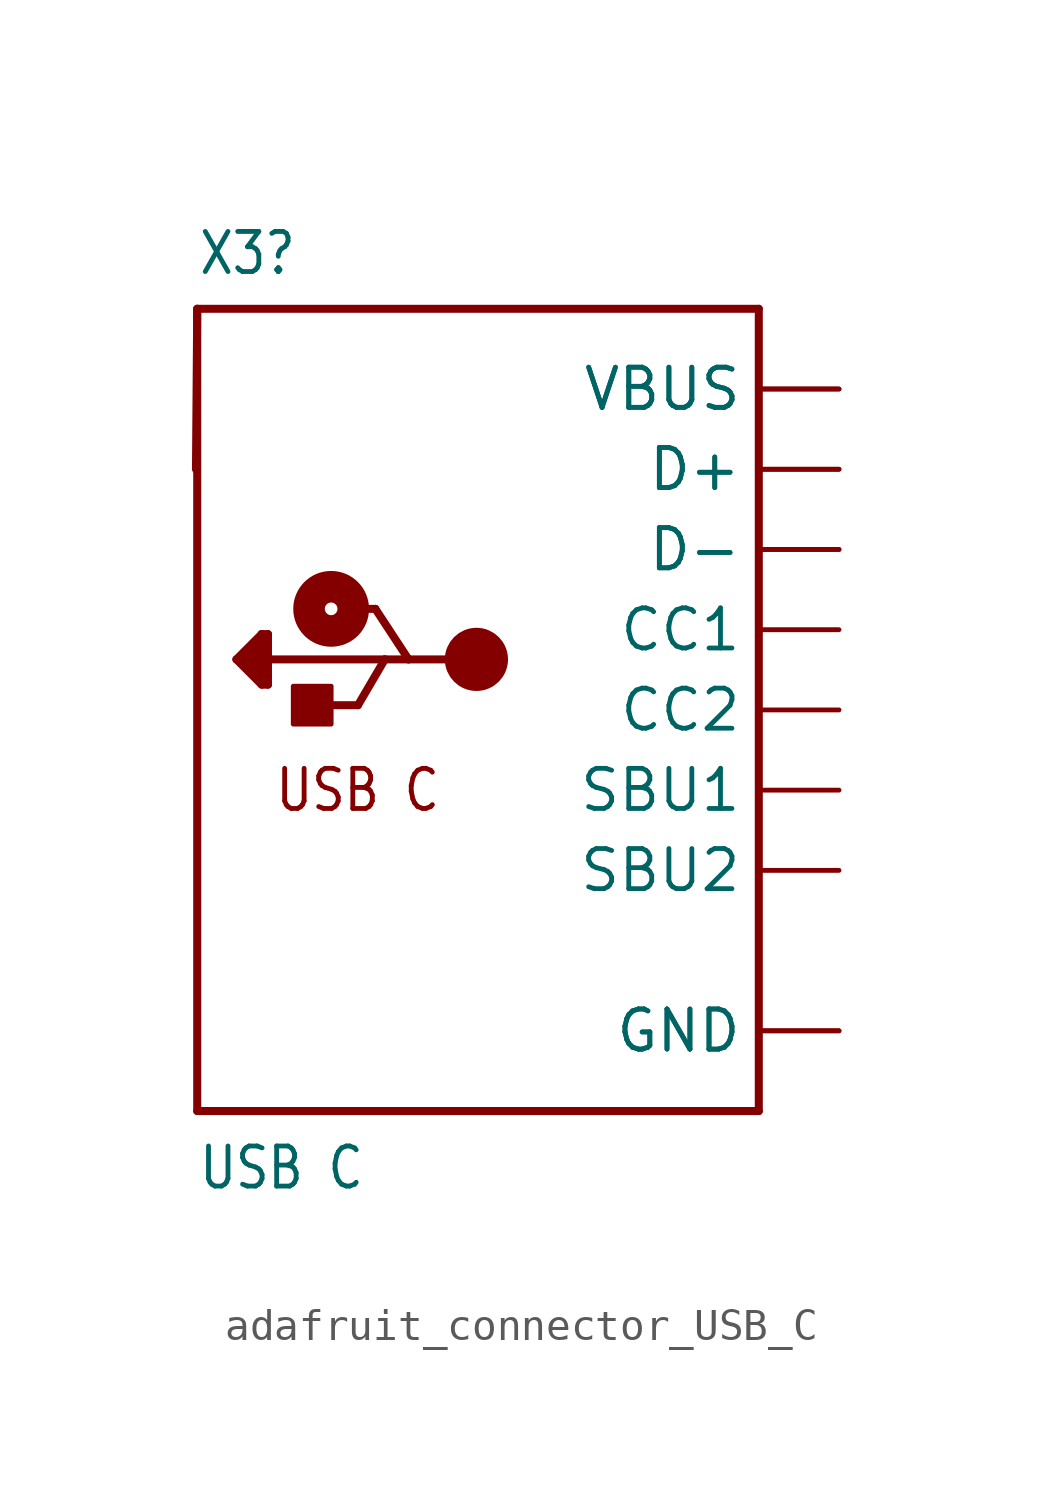
<source format=kicad_sym>
(kicad_symbol_lib
  (version 20231120)
  (generator "kicad_symbol_editor")
  (generator_version "8.0")
  (symbol "adafruit_connector_USB_C"
    (property "Reference" "X3"
      (at -10.16 13.716 0)
      (effects (font (size 1.27 1.079)) (justify left bottom)))
    (property "Value" "USB C"
      (at -10.16 -15.24 0)
      (effects (font (size 1.27 1.079)) (justify left bottom)))
    (property "ki_locked" ""
      (at 0 0 0)
      (effects (font (size 1.27 1.27))))
    (symbol "adafruit_connector_USB_C_1_0"
      (rectangle (start -7.12 -0.45) (end -5.92 0.75) (stroke (width 0) (type default)) (fill (type outline)))
      (circle (center -5.92 3.2) (radius 0.2) (stroke (width 1) (type solid)) (fill (type none)))
      (circle (center -1.32 1.6) (radius 0.5) (stroke (width 1) (type solid)) (fill (type none)))
      (polyline (pts (xy -10.2 7.62) (xy -10.16 12.7)) (stroke (width 0.254) (type solid)) (fill (type none)))
      (polyline (pts (xy -10.16 -12.7) (xy 7.62 -12.7)) (stroke (width 0.254) (type solid)) (fill (type none)))
      (polyline (pts (xy -10.16 12.7) (xy -10.16 -12.7)) (stroke (width 0.254) (type solid)) (fill (type none)))
      (polyline (pts (xy -10.16 12.7) (xy 7.62 12.7)) (stroke (width 0.254) (type solid)) (fill (type none)))
      (polyline (pts (xy -8.92 1.6) (xy -8.12 2.4)) (stroke (width 0.254) (type solid)) (fill (type none)))
      (polyline (pts (xy -8.52 1.4) (xy -8.32 1.2)) (stroke (width 0.254) (type solid)) (fill (type none)))
      (polyline (pts (xy -8.52 1.6) (xy -8.52 1.4)) (stroke (width 0.254) (type solid)) (fill (type none)))
      (polyline (pts (xy -8.32 1.2) (xy -8.32 2)) (stroke (width 0.254) (type solid)) (fill (type none)))
      (polyline (pts (xy -8.32 2) (xy -8.72 1.6)) (stroke (width 0.254) (type solid)) (fill (type none)))
      (polyline (pts (xy -8.12 0.8) (xy -8.92 1.6)) (stroke (width 0.254) (type solid)) (fill (type none)))
      (polyline (pts (xy -8.12 1) (xy -8.12 2.4)) (stroke (width 0.254) (type solid)) (fill (type none)))
      (polyline (pts (xy -8.12 2.4) (xy -7.92 2.4)) (stroke (width 0.254) (type solid)) (fill (type none)))
      (polyline (pts (xy -7.92 0.8) (xy -8.12 0.8)) (stroke (width 0.254) (type solid)) (fill (type none)))
      (polyline (pts (xy -7.92 1.6) (xy -7.92 0.8)) (stroke (width 0.254) (type solid)) (fill (type none)))
      (polyline (pts (xy -7.92 2.4) (xy -7.92 1.6)) (stroke (width 0.254) (type solid)) (fill (type none)))
      (polyline (pts (xy -6.27 0.15) (xy -5.07 0.15)) (stroke (width 0.254) (type solid)) (fill (type none)))
      (polyline (pts (xy -5.52 3.2) (xy -4.52 3.2)) (stroke (width 0.254) (type solid)) (fill (type none)))
      (polyline (pts (xy -5.07 0.15) (xy -4.22 1.6)) (stroke (width 0.254) (type solid)) (fill (type none)))
      (polyline (pts (xy -4.52 3.2) (xy -3.47 1.6)) (stroke (width 0.254) (type solid)) (fill (type none)))
      (polyline (pts (xy -4.22 1.6) (xy -7.92 1.6)) (stroke (width 0.254) (type solid)) (fill (type none)))
      (polyline (pts (xy -3.47 1.6) (xy -4.22 1.6)) (stroke (width 0.254) (type solid)) (fill (type none)))
      (polyline (pts (xy -1.32 1.6) (xy -3.47 1.6)) (stroke (width 0.254) (type solid)) (fill (type none)))
      (polyline (pts (xy 7.62 12.7) (xy 7.62 -12.7)) (stroke (width 0.254) (type solid)) (fill (type none)))
      (text "USB C" (at -5.08 -2.54 0) (effects (font (size 1.27 1.079))))
      (pin power_in line (at 10.16 -10.16 180) (length 2.54) (name "GND" (effects (font (size 1.27 1.27)))) (number "A1B12" (effects (font (size 0 0)))))
      (pin power_in line (at 10.16 10.16 180) (length 2.54) (name "VBUS" (effects (font (size 1.27 1.27)))) (number "A4B9" (effects (font (size 0 0)))))
      (pin bidirectional line (at 10.16 2.54 180) (length 2.54) (name "CC1" (effects (font (size 1.27 1.27)))) (number "A5" (effects (font (size 0 0)))))
      (pin bidirectional line (at 10.16 7.62 180) (length 2.54) (name "D+" (effects (font (size 1.27 1.27)))) (number "A6" (effects (font (size 0 0)))))
      (pin bidirectional line (at 10.16 5.08 180) (length 2.54) (name "D-" (effects (font (size 1.27 1.27)))) (number "A7" (effects (font (size 0 0)))))
      (pin bidirectional line (at 10.16 -2.54 180) (length 2.54) (name "SBU1" (effects (font (size 1.27 1.27)))) (number "A8" (effects (font (size 0 0)))))
      (pin power_in line (at 10.16 -10.16 180) (length 2.54) (name "GND" (effects (font (size 1.27 1.27)))) (number "B1A12" (effects (font (size 0 0)))))
      (pin power_in line (at 10.16 10.16 180) (length 2.54) (name "VBUS" (effects (font (size 1.27 1.27)))) (number "B4A9" (effects (font (size 0 0)))))
      (pin bidirectional line (at 10.16 0 180) (length 2.54) (name "CC2" (effects (font (size 1.27 1.27)))) (number "B5" (effects (font (size 0 0)))))
      (pin bidirectional line (at 10.16 7.62 180) (length 2.54) (name "D+" (effects (font (size 1.27 1.27)))) (number "B6" (effects (font (size 0 0)))))
      (pin bidirectional line (at 10.16 5.08 180) (length 2.54) (name "D-" (effects (font (size 1.27 1.27)))) (number "B7" (effects (font (size 0 0)))))
      (pin bidirectional line (at 10.16 -5.08 180) (length 2.54) (name "SBU2" (effects (font (size 1.27 1.27)))) (number "B8" (effects (font (size 0 0))))))))
</source>
